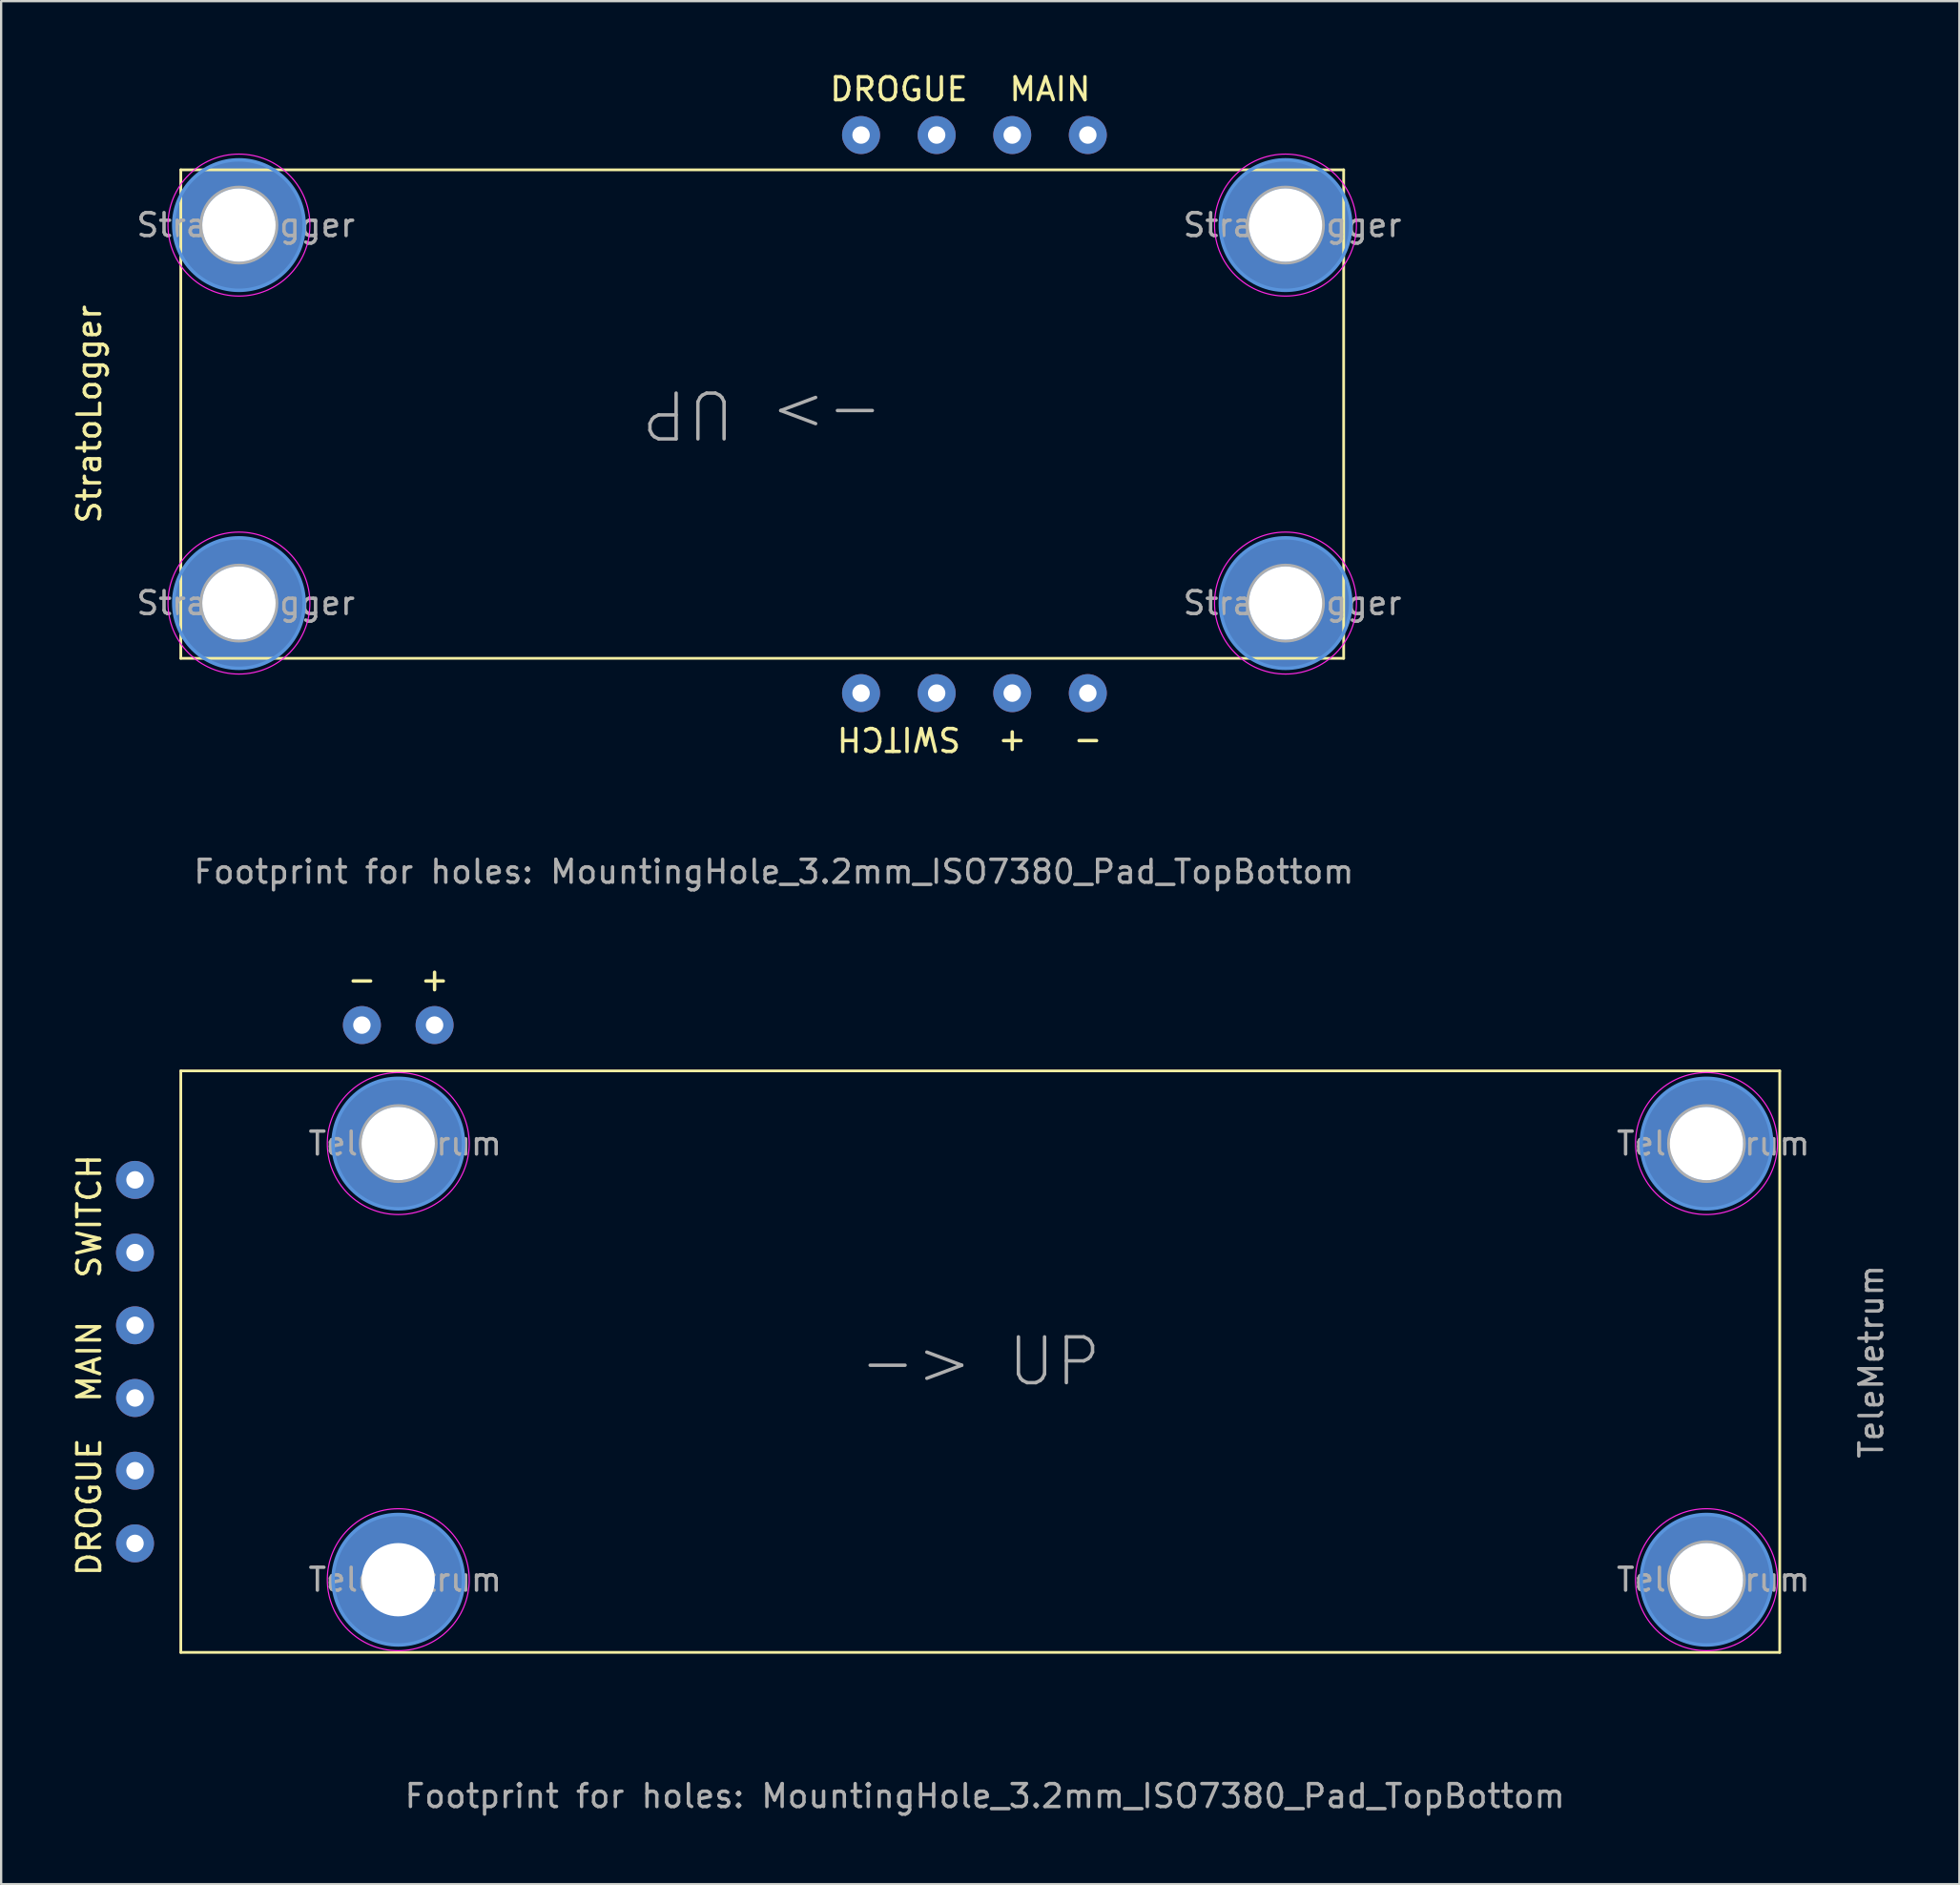
<source format=kicad_pcb>
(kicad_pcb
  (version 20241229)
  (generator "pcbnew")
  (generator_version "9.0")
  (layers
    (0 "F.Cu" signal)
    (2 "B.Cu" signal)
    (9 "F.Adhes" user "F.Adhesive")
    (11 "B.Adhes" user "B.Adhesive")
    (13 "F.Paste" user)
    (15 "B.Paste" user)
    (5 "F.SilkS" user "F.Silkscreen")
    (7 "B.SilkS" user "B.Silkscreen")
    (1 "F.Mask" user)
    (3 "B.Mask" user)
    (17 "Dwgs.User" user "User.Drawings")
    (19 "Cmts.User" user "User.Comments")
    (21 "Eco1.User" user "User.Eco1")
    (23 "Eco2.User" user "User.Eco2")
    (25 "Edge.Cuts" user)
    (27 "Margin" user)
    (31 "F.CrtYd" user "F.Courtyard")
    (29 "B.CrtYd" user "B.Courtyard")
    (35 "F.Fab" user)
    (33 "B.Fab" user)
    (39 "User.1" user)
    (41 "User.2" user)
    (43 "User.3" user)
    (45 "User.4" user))
  (footprint "StratoLogger"
    (layer "F.Cu")
    (at 30.248 15.036)
    (property "Reference" "StratoLogger" (at -29.4 0 90) (layer "F.SilkS") (effects (font (size 1 1) (thickness 0.15))))
    (attr through_hole)
    (fp_line (start -25.4 10.668) (end -25.4 -10.668) (stroke (width 0.12) (type solid)) (layer "F.SilkS"))
    (fp_line (start -25.4 10.668) (end 25.4 10.668) (stroke (width 0.12) (type solid)) (layer "F.SilkS"))
    (fp_line (start 25.4 -10.668) (end -25.4 -10.668) (stroke (width 0.12) (type solid)) (layer "F.SilkS"))
    (fp_line (start 25.4 -10.668) (end 25.4 10.668) (stroke (width 0.12) (type solid)) (layer "F.SilkS"))
    (fp_circle (center -22.86 -8.255) (end -20.01 -8.255) (stroke (width 0.15) (type solid)) (fill no) (layer "Cmts.User"))
    (fp_circle (center -22.86 8.255) (end -20.01 8.255) (stroke (width 0.15) (type solid)) (fill no) (layer "Cmts.User"))
    (fp_circle (center 22.86 -8.255) (end 25.71 -8.255) (stroke (width 0.15) (type solid)) (fill no) (layer "Cmts.User"))
    (fp_circle (center 22.86 8.255) (end 25.71 8.255) (stroke (width 0.15) (type solid)) (fill no) (layer "Cmts.User"))
    (fp_circle (center -22.86 -8.255) (end -19.76 -8.255) (stroke (width 0.05) (type solid)) (fill no) (layer "F.CrtYd"))
    (fp_circle (center -22.86 8.255) (end -19.76 8.255) (stroke (width 0.05) (type solid)) (fill no) (layer "F.CrtYd"))
    (fp_circle (center 22.86 -8.255) (end 25.96 -8.255) (stroke (width 0.05) (type solid)) (fill no) (layer "F.CrtYd"))
    (fp_circle (center 22.86 8.255) (end 25.96 8.255) (stroke (width 0.05) (type solid)) (fill no) (layer "F.CrtYd"))
    (fp_circle (center -22.86 -8.255) (end -21.2 -8.255) (stroke (width 0.12) (type solid)) (fill no) (layer "F.Fab"))
    (fp_circle (center -22.86 8.255) (end -21.2 8.255) (stroke (width 0.12) (type solid)) (fill no) (layer "F.Fab"))
    (fp_circle (center 22.86 -8.255) (end 24.52 -8.255) (stroke (width 0.12) (type solid)) (fill no) (layer "F.Fab"))
    (fp_circle (center 22.86 8.255) (end 24.52 8.255) (stroke (width 0.12) (type solid)) (fill no) (layer "F.Fab"))
    (fp_text user "-" (at 14.224 14.188 0) (layer "F.SilkS") (effects (font (size 1 1) (thickness 0.15))))
    (fp_text user "SWITCH" (at 5.969 14.188 180) (unlocked yes) (layer "F.SilkS") (effects (font (size 1 1) (thickness 0.15))))
    (fp_text user "MAIN" (at 12.573 -14.188 0) (layer "F.SilkS") (effects (font (size 1 1) (thickness 0.15))))
    (fp_text user "DROGUE" (at 5.969 -14.188 0) (layer "F.SilkS") (effects (font (size 1 1) (thickness 0.15))))
    (fp_text user "+" (at 10.922 14.188 0) (layer "F.SilkS") (effects (font (size 1 1) (thickness 0.15))))
    (fp_text user "-> UP" (at 0 0 180) (unlocked yes) (layer "F.Fab") (effects (font (size 2 2) (thickness 0.15))))
    (fp_text user "${REFERENCE}" (at 23.16 -8.255 0) (layer "F.Fab") (effects (font (size 1 1) (thickness 0.15))))
    (fp_text user "Footprint for holes: MountingHole_3.2mm_ISO7380_Pad_TopBottom" (at 0.508 19.99 0) (unlocked yes) (layer "F.Fab") (effects (font (size 1 1) (thickness 0.15))))
    (fp_text user "${REFERENCE}" (at 23.16 8.255 0) (layer "F.Fab") (effects (font (size 1 1) (thickness 0.15))))
    (fp_text user "${REFERENCE}" (at -22.56 8.255 0) (layer "F.Fab") (effects (font (size 1 1) (thickness 0.15))))
    (fp_text user "${REFERENCE}" (at -22.56 -8.255 0) (layer "F.Fab") (effects (font (size 1 1) (thickness 0.15))))
    (pad "1" thru_hole circle (at 4.318 12.188) (size 1.66 1.66) (drill 0.762) (layers "*.Cu" "*.Mask"))
    (pad "2" thru_hole circle (at 7.62 12.188) (size 1.66 1.66) (drill 0.762) (layers "*.Cu" "*.Mask"))
    (pad "3" thru_hole circle (at 10.922 12.188) (size 1.66 1.66) (drill 0.762) (layers "*.Cu" "*.Mask"))
    (pad "4" thru_hole circle (at 14.224 12.188) (size 1.66 1.66) (drill 0.762) (layers "*.Cu" "*.Mask"))
    (pad "5" thru_hole circle (at 4.318 -12.188) (size 1.66 1.66) (drill 0.762) (layers "*.Cu" "*.Mask"))
    (pad "6" thru_hole circle (at 7.62 -12.188) (size 1.66 1.66) (drill 0.762) (layers "*.Cu" "*.Mask"))
    (pad "7" thru_hole circle (at 10.922 -12.188) (size 1.66 1.66) (drill 0.762) (layers "*.Cu" "*.Mask"))
    (pad "8" thru_hole circle (at 14.224 -12.188) (size 1.66 1.66) (drill 0.762) (layers "*.Cu" "*.Mask"))
    (pad "~" thru_hole circle (at -22.86 -8.255) (size 3.6 3.6) (drill 3.2) (layers "*.Cu" "*.Mask"))
    (pad "~" connect circle (at -22.86 -8.255) (size 5.7 5.7) (layers "F.Cu" "F.Mask"))
    (pad "~" connect circle (at -22.86 -8.255) (size 5.7 5.7) (layers "B.Cu" "B.Mask"))
    (pad "~" thru_hole circle (at -22.86 8.255) (size 3.6 3.6) (drill 3.2) (layers "*.Cu" "*.Mask"))
    (pad "~" connect circle (at -22.86 8.255) (size 5.7 5.7) (layers "F.Cu" "F.Mask"))
    (pad "~" connect circle (at -22.86 8.255) (size 5.7 5.7) (layers "B.Cu" "B.Mask"))
    (pad "~" thru_hole circle (at 22.86 -8.255) (size 3.6 3.6) (drill 3.2) (layers "*.Cu" "*.Mask"))
    (pad "~" connect circle (at 22.86 -8.255) (size 5.7 5.7) (layers "F.Cu" "F.Mask"))
    (pad "~" connect circle (at 22.86 -8.255) (size 5.7 5.7) (layers "B.Cu" "B.Mask"))
    (pad "~" thru_hole circle (at 22.86 8.255) (size 3.6 3.6) (drill 3.2) (layers "*.Cu" "*.Mask"))
    (pad "~" connect circle (at 22.86 8.255) (size 5.7 5.7) (layers "F.Cu" "F.Mask"))
    (pad "~" connect circle (at 22.86 8.255) (size 5.7 5.7) (layers "B.Cu" "B.Mask")))
  (footprint "TeleMetrum"
    (layer "F.Cu")
    (at 39.773 56.423)
    (property "Reference" "TeleMetrum" (at 38.925 0 270) (layer "F.Fab") (effects (font (size 1 1) (thickness 0.15))))
    (attr through_hole)
    (fp_line (start -34.925 -12.7) (end -34.925 12.7) (stroke (width 0.12) (type solid)) (layer "F.SilkS"))
    (fp_line (start -34.925 12.7) (end 34.925 12.7) (stroke (width 0.12) (type solid)) (layer "F.SilkS"))
    (fp_line (start 34.925 -12.7) (end -34.925 -12.7) (stroke (width 0.12) (type solid)) (layer "F.SilkS"))
    (fp_line (start 34.925 12.7) (end 34.925 -12.7) (stroke (width 0.12) (type solid)) (layer "F.SilkS"))
    (fp_circle (center -25.425 -9.525) (end -22.575 -9.525) (stroke (width 0.15) (type solid)) (fill no) (layer "Cmts.User"))
    (fp_circle (center -25.425 9.525) (end -22.575 9.525) (stroke (width 0.15) (type solid)) (fill no) (layer "Cmts.User"))
    (fp_circle (center 31.725 -9.525) (end 34.575 -9.525) (stroke (width 0.15) (type solid)) (fill no) (layer "Cmts.User"))
    (fp_circle (center 31.725 9.525) (end 34.575 9.525) (stroke (width 0.15) (type solid)) (fill no) (layer "Cmts.User"))
    (fp_circle (center -25.425 -9.525) (end -22.325 -9.525) (stroke (width 0.05) (type solid)) (fill no) (layer "F.CrtYd"))
    (fp_circle (center -25.425 9.525) (end -22.325 9.525) (stroke (width 0.05) (type solid)) (fill no) (layer "F.CrtYd"))
    (fp_circle (center 31.725 -9.525) (end 34.825 -9.525) (stroke (width 0.05) (type solid)) (fill no) (layer "F.CrtYd"))
    (fp_circle (center 31.725 9.525) (end 34.825 9.525) (stroke (width 0.05) (type solid)) (fill no) (layer "F.CrtYd"))
    (fp_circle (center -25.425 -9.525) (end -23.765 -9.525) (stroke (width 0.12) (type solid)) (fill no) (layer "F.Fab"))
    (fp_circle (center 31.725 -9.525) (end 33.385 -9.525) (stroke (width 0.12) (type solid)) (fill no) (layer "F.Fab"))
    (fp_circle (center 31.725 9.525) (end 33.385 9.525) (stroke (width 0.12) (type solid)) (fill no) (layer "F.Fab"))
    (fp_text user "-" (at -27.013 -16.7 0) (layer "F.SilkS") (effects (font (size 1 1) (thickness 0.15))))
    (fp_text user "SWITCH" (at -38.925 -6.35 270) (layer "F.SilkS") (effects (font (size 1 1) (thickness 0.15))))
    (fp_text user "+" (at -23.838 -16.7 0) (layer "F.SilkS") (effects (font (size 1 1) (thickness 0.15))))
    (fp_text user "MAIN" (at -38.925 0 270) (layer "F.SilkS") (effects (font (size 1 1) (thickness 0.15))))
    (fp_text user "DROGUE" (at -38.925 6.35 270) (layer "F.SilkS") (effects (font (size 1 1) (thickness 0.15))))
    (fp_text user "Footprint for holes: MountingHole_3.2mm_ISO7380_Pad_TopBottom" (at 0.203 18.974 0) (layer "F.Fab") (effects (font (size 1 1) (thickness 0.15))))
    (fp_text user "${REFERENCE}" (at -25.125 9.525 0) (layer "F.Fab") (effects (font (size 1 1) (thickness 0.15))))
    (fp_text user "-> UP" (at 0 0 0) (layer "F.Fab") (effects (font (size 2 2) (thickness 0.15))))
    (fp_text user "${REFERENCE}" (at 32.025 -9.525 0) (layer "F.Fab") (effects (font (size 1 1) (thickness 0.15))))
    (fp_text user "${REFERENCE}" (at -25.125 -9.525 0) (layer "F.Fab") (effects (font (size 1 1) (thickness 0.15))))
    (fp_text user "${REFERENCE}" (at 32.025 9.525 0) (layer "F.Fab") (effects (font (size 1 1) (thickness 0.15))))
    (pad "1" thru_hole circle (at -23.838 -14.7) (size 1.66 1.66) (drill 0.762) (layers "*.Cu" "*.Mask"))
    (pad "2" thru_hole circle (at -27.013 -14.7) (size 1.66 1.66) (drill 0.762) (layers "*.Cu" "*.Mask"))
    (pad "3" thru_hole circle (at -36.925 -7.938) (size 1.66 1.66) (drill 0.762) (layers "*.Cu" "*.Mask"))
    (pad "4" thru_hole circle (at -36.925 -4.763) (size 1.66 1.66) (drill 0.762) (layers "*.Cu" "*.Mask"))
    (pad "5" thru_hole circle (at -36.925 -1.587) (size 1.66 1.66) (drill 0.762) (layers "*.Cu" "*.Mask"))
    (pad "6" thru_hole circle (at -36.925 1.587) (size 1.66 1.66) (drill 0.762) (layers "*.Cu" "*.Mask"))
    (pad "7" thru_hole circle (at -36.925 4.763) (size 1.66 1.66) (drill 0.762) (layers "*.Cu" "*.Mask"))
    (pad "8" thru_hole circle (at -36.925 7.938) (size 1.66 1.66) (drill 0.762) (layers "*.Cu" "*.Mask"))
    (pad "~" thru_hole circle (at -25.425 -9.525) (size 3.6 3.6) (drill 3.2) (layers "*.Cu" "*.Mask"))
    (pad "~" connect circle (at -25.425 -9.525) (size 5.7 5.7) (layers "F.Cu" "F.Mask"))
    (pad "~" connect circle (at -25.425 -9.525) (size 5.7 5.7) (layers "B.Cu" "B.Mask"))
    (pad "~" thru_hole circle (at -25.425 9.525) (size 3.6 3.6) (drill 3.2) (layers "*.Cu" "*.Mask"))
    (pad "~" connect circle (at -25.425 9.525) (size 5.7 5.7) (layers "F.Cu" "F.Mask"))
    (pad "~" connect circle (at -25.425 9.525) (size 5.7 5.7) (layers "B.Cu" "B.Mask"))
    (pad "~" thru_hole circle (at 31.725 -9.525) (size 3.6 3.6) (drill 3.2) (layers "*.Cu" "*.Mask"))
    (pad "~" connect circle (at 31.725 -9.525) (size 5.7 5.7) (layers "F.Cu" "F.Mask"))
    (pad "~" connect circle (at 31.725 -9.525) (size 5.7 5.7) (layers "B.Cu" "B.Mask"))
    (pad "~" thru_hole circle (at 31.725 9.525) (size 3.6 3.6) (drill 3.2) (layers "*.Cu" "*.Mask"))
    (pad "~" connect circle (at 31.725 9.525) (size 5.7 5.7) (layers "F.Cu" "F.Mask"))
    (pad "~" connect circle (at 31.725 9.525) (size 5.7 5.7) (layers "B.Cu" "B.Mask")))
  (gr_rect
    (start -3 -3)
    (end 82.546 79.245)
    (stroke (width 0.1) (type default))
    (fill no)
    (layer "Edge.Cuts")))
</source>
